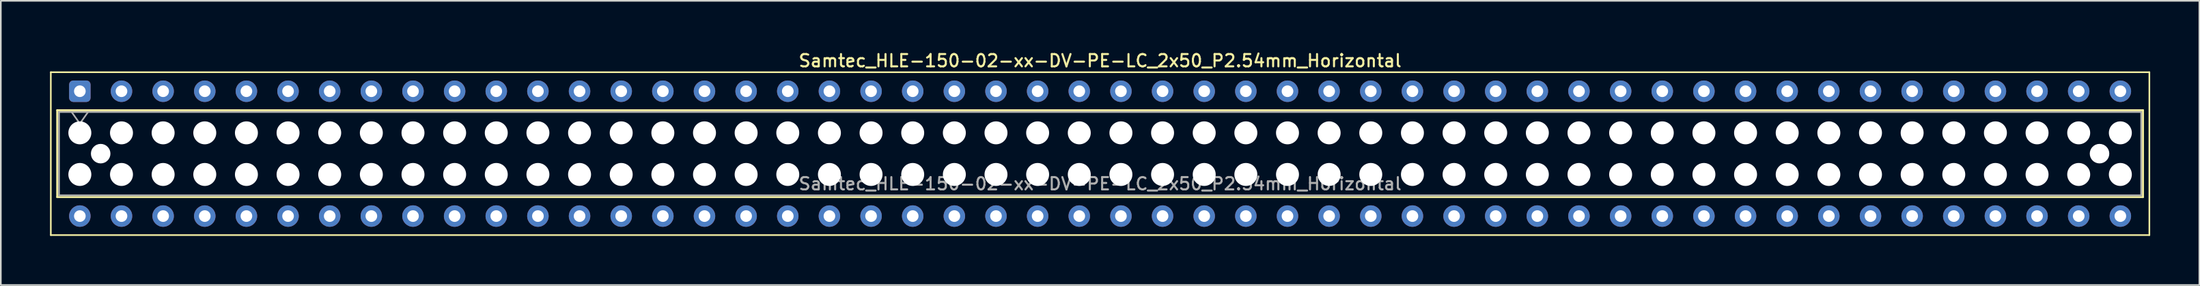
<source format=kicad_pcb>
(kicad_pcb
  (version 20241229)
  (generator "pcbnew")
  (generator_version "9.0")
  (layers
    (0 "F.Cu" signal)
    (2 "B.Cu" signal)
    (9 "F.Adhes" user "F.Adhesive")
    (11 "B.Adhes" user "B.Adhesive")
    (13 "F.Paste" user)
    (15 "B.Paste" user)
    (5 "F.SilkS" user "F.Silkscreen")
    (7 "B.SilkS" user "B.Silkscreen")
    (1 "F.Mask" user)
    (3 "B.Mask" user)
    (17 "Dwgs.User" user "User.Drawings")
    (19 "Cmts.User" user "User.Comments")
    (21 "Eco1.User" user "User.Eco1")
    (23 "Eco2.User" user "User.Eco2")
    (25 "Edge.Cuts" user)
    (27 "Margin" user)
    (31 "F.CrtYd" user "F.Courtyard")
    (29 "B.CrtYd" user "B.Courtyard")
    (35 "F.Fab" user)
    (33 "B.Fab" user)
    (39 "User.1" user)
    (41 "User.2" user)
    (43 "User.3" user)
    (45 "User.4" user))
  (footprint "Samtec_HLE-150-02-xx-DV-PE-LC_2x50_P2.54mm_Horizontal"
    (layer "F.Cu")
    (at 1.82 2.518)
    (property "Reference" "Samtec_HLE-150-02-xx-DV-PE-LC_2x50_P2.54mm_Horizontal" (at 62.23 -1.86 0) (layer "F.SilkS") (effects (font (size 0.75 0.75) (thickness 0.125))))
    (attr through_hole)
    (fp_line (start -1.77 -1.16) (end 126.23 -1.16) (stroke (width 0.1) (type solid)) (layer "F.SilkS"))
    (fp_line (start -1.77 8.78) (end -1.77 -1.16) (stroke (width 0.1) (type solid)) (layer "F.SilkS"))
    (fp_line (start -1.38 1.16) (end 125.84 1.16) (stroke (width 0.12) (type solid)) (layer "F.SilkS"))
    (fp_line (start -1.38 6.46) (end -1.38 1.16) (stroke (width 0.12) (type solid)) (layer "F.SilkS"))
    (fp_line (start 125.84 1.16) (end 125.84 6.46) (stroke (width 0.12) (type solid)) (layer "F.SilkS"))
    (fp_line (start 125.84 6.46) (end -1.38 6.46) (stroke (width 0.12) (type solid)) (layer "F.SilkS"))
    (fp_line (start 126.23 -1.16) (end 126.23 8.78) (stroke (width 0.1) (type solid)) (layer "F.SilkS"))
    (fp_line (start 126.23 8.78) (end -1.77 8.78) (stroke (width 0.1) (type solid)) (layer "F.SilkS"))
    (fp_line (start -1.27 1.27) (end 125.73 1.27) (stroke (width 0.1) (type solid)) (layer "F.Fab"))
    (fp_line (start -1.27 6.35) (end -1.27 1.27) (stroke (width 0.1) (type solid)) (layer "F.Fab"))
    (fp_line (start -0.5 1.27) (end 0 1.977) (stroke (width 0.1) (type solid)) (layer "F.Fab"))
    (fp_line (start 0 1.977) (end 0.5 1.27) (stroke (width 0.1) (type solid)) (layer "F.Fab"))
    (fp_line (start 125.73 1.27) (end 125.73 6.35) (stroke (width 0.1) (type solid)) (layer "F.Fab"))
    (fp_line (start 125.73 6.35) (end -1.27 6.35) (stroke (width 0.1) (type solid)) (layer "F.Fab"))
    (fp_text user "${REFERENCE}" (at 62.23 5.65 0) (layer "F.Fab") (effects (font (size 0.75 0.75) (thickness 0.125))))
    (pad "" np_thru_hole circle (at 0 2.54) (size 1.4 1.4) (drill 1.4) (layers "*.Cu" "*.Mask"))
    (pad "" np_thru_hole circle (at 0 5.08) (size 1.4 1.4) (drill 1.4) (layers "*.Cu" "*.Mask"))
    (pad "" np_thru_hole circle (at 1.27 3.81) (size 1.19 1.19) (drill 1.19) (layers "*.Cu" "*.Mask"))
    (pad "" np_thru_hole circle (at 2.54 2.54) (size 1.4 1.4) (drill 1.4) (layers "*.Cu" "*.Mask"))
    (pad "" np_thru_hole circle (at 2.54 5.08) (size 1.4 1.4) (drill 1.4) (layers "*.Cu" "*.Mask"))
    (pad "" np_thru_hole circle (at 5.08 2.54) (size 1.4 1.4) (drill 1.4) (layers "*.Cu" "*.Mask"))
    (pad "" np_thru_hole circle (at 5.08 5.08) (size 1.4 1.4) (drill 1.4) (layers "*.Cu" "*.Mask"))
    (pad "" np_thru_hole circle (at 7.62 2.54) (size 1.4 1.4) (drill 1.4) (layers "*.Cu" "*.Mask"))
    (pad "" np_thru_hole circle (at 7.62 5.08) (size 1.4 1.4) (drill 1.4) (layers "*.Cu" "*.Mask"))
    (pad "" np_thru_hole circle (at 10.16 2.54) (size 1.4 1.4) (drill 1.4) (layers "*.Cu" "*.Mask"))
    (pad "" np_thru_hole circle (at 10.16 5.08) (size 1.4 1.4) (drill 1.4) (layers "*.Cu" "*.Mask"))
    (pad "" np_thru_hole circle (at 12.7 2.54) (size 1.4 1.4) (drill 1.4) (layers "*.Cu" "*.Mask"))
    (pad "" np_thru_hole circle (at 12.7 5.08) (size 1.4 1.4) (drill 1.4) (layers "*.Cu" "*.Mask"))
    (pad "" np_thru_hole circle (at 15.24 2.54) (size 1.4 1.4) (drill 1.4) (layers "*.Cu" "*.Mask"))
    (pad "" np_thru_hole circle (at 15.24 5.08) (size 1.4 1.4) (drill 1.4) (layers "*.Cu" "*.Mask"))
    (pad "" np_thru_hole circle (at 17.78 2.54) (size 1.4 1.4) (drill 1.4) (layers "*.Cu" "*.Mask"))
    (pad "" np_thru_hole circle (at 17.78 5.08) (size 1.4 1.4) (drill 1.4) (layers "*.Cu" "*.Mask"))
    (pad "" np_thru_hole circle (at 20.32 2.54) (size 1.4 1.4) (drill 1.4) (layers "*.Cu" "*.Mask"))
    (pad "" np_thru_hole circle (at 20.32 5.08) (size 1.4 1.4) (drill 1.4) (layers "*.Cu" "*.Mask"))
    (pad "" np_thru_hole circle (at 22.86 2.54) (size 1.4 1.4) (drill 1.4) (layers "*.Cu" "*.Mask"))
    (pad "" np_thru_hole circle (at 22.86 5.08) (size 1.4 1.4) (drill 1.4) (layers "*.Cu" "*.Mask"))
    (pad "" np_thru_hole circle (at 25.4 2.54) (size 1.4 1.4) (drill 1.4) (layers "*.Cu" "*.Mask"))
    (pad "" np_thru_hole circle (at 25.4 5.08) (size 1.4 1.4) (drill 1.4) (layers "*.Cu" "*.Mask"))
    (pad "" np_thru_hole circle (at 27.94 2.54) (size 1.4 1.4) (drill 1.4) (layers "*.Cu" "*.Mask"))
    (pad "" np_thru_hole circle (at 27.94 5.08) (size 1.4 1.4) (drill 1.4) (layers "*.Cu" "*.Mask"))
    (pad "" np_thru_hole circle (at 30.48 2.54) (size 1.4 1.4) (drill 1.4) (layers "*.Cu" "*.Mask"))
    (pad "" np_thru_hole circle (at 30.48 5.08) (size 1.4 1.4) (drill 1.4) (layers "*.Cu" "*.Mask"))
    (pad "" np_thru_hole circle (at 33.02 2.54) (size 1.4 1.4) (drill 1.4) (layers "*.Cu" "*.Mask"))
    (pad "" np_thru_hole circle (at 33.02 5.08) (size 1.4 1.4) (drill 1.4) (layers "*.Cu" "*.Mask"))
    (pad "" np_thru_hole circle (at 35.56 2.54) (size 1.4 1.4) (drill 1.4) (layers "*.Cu" "*.Mask"))
    (pad "" np_thru_hole circle (at 35.56 5.08) (size 1.4 1.4) (drill 1.4) (layers "*.Cu" "*.Mask"))
    (pad "" np_thru_hole circle (at 38.1 2.54) (size 1.4 1.4) (drill 1.4) (layers "*.Cu" "*.Mask"))
    (pad "" np_thru_hole circle (at 38.1 5.08) (size 1.4 1.4) (drill 1.4) (layers "*.Cu" "*.Mask"))
    (pad "" np_thru_hole circle (at 40.64 2.54) (size 1.4 1.4) (drill 1.4) (layers "*.Cu" "*.Mask"))
    (pad "" np_thru_hole circle (at 40.64 5.08) (size 1.4 1.4) (drill 1.4) (layers "*.Cu" "*.Mask"))
    (pad "" np_thru_hole circle (at 43.18 2.54) (size 1.4 1.4) (drill 1.4) (layers "*.Cu" "*.Mask"))
    (pad "" np_thru_hole circle (at 43.18 5.08) (size 1.4 1.4) (drill 1.4) (layers "*.Cu" "*.Mask"))
    (pad "" np_thru_hole circle (at 45.72 2.54) (size 1.4 1.4) (drill 1.4) (layers "*.Cu" "*.Mask"))
    (pad "" np_thru_hole circle (at 45.72 5.08) (size 1.4 1.4) (drill 1.4) (layers "*.Cu" "*.Mask"))
    (pad "" np_thru_hole circle (at 48.26 2.54) (size 1.4 1.4) (drill 1.4) (layers "*.Cu" "*.Mask"))
    (pad "" np_thru_hole circle (at 48.26 5.08) (size 1.4 1.4) (drill 1.4) (layers "*.Cu" "*.Mask"))
    (pad "" np_thru_hole circle (at 50.8 2.54) (size 1.4 1.4) (drill 1.4) (layers "*.Cu" "*.Mask"))
    (pad "" np_thru_hole circle (at 50.8 5.08) (size 1.4 1.4) (drill 1.4) (layers "*.Cu" "*.Mask"))
    (pad "" np_thru_hole circle (at 53.34 2.54) (size 1.4 1.4) (drill 1.4) (layers "*.Cu" "*.Mask"))
    (pad "" np_thru_hole circle (at 53.34 5.08) (size 1.4 1.4) (drill 1.4) (layers "*.Cu" "*.Mask"))
    (pad "" np_thru_hole circle (at 55.88 2.54) (size 1.4 1.4) (drill 1.4) (layers "*.Cu" "*.Mask"))
    (pad "" np_thru_hole circle (at 55.88 5.08) (size 1.4 1.4) (drill 1.4) (layers "*.Cu" "*.Mask"))
    (pad "" np_thru_hole circle (at 58.42 2.54) (size 1.4 1.4) (drill 1.4) (layers "*.Cu" "*.Mask"))
    (pad "" np_thru_hole circle (at 58.42 5.08) (size 1.4 1.4) (drill 1.4) (layers "*.Cu" "*.Mask"))
    (pad "" np_thru_hole circle (at 60.96 2.54) (size 1.4 1.4) (drill 1.4) (layers "*.Cu" "*.Mask"))
    (pad "" np_thru_hole circle (at 60.96 5.08) (size 1.4 1.4) (drill 1.4) (layers "*.Cu" "*.Mask"))
    (pad "" np_thru_hole circle (at 63.5 2.54) (size 1.4 1.4) (drill 1.4) (layers "*.Cu" "*.Mask"))
    (pad "" np_thru_hole circle (at 63.5 5.08) (size 1.4 1.4) (drill 1.4) (layers "*.Cu" "*.Mask"))
    (pad "" np_thru_hole circle (at 66.04 2.54) (size 1.4 1.4) (drill 1.4) (layers "*.Cu" "*.Mask"))
    (pad "" np_thru_hole circle (at 66.04 5.08) (size 1.4 1.4) (drill 1.4) (layers "*.Cu" "*.Mask"))
    (pad "" np_thru_hole circle (at 68.58 2.54) (size 1.4 1.4) (drill 1.4) (layers "*.Cu" "*.Mask"))
    (pad "" np_thru_hole circle (at 68.58 5.08) (size 1.4 1.4) (drill 1.4) (layers "*.Cu" "*.Mask"))
    (pad "" np_thru_hole circle (at 71.12 2.54) (size 1.4 1.4) (drill 1.4) (layers "*.Cu" "*.Mask"))
    (pad "" np_thru_hole circle (at 71.12 5.08) (size 1.4 1.4) (drill 1.4) (layers "*.Cu" "*.Mask"))
    (pad "" np_thru_hole circle (at 73.66 2.54) (size 1.4 1.4) (drill 1.4) (layers "*.Cu" "*.Mask"))
    (pad "" np_thru_hole circle (at 73.66 5.08) (size 1.4 1.4) (drill 1.4) (layers "*.Cu" "*.Mask"))
    (pad "" np_thru_hole circle (at 76.2 2.54) (size 1.4 1.4) (drill 1.4) (layers "*.Cu" "*.Mask"))
    (pad "" np_thru_hole circle (at 76.2 5.08) (size 1.4 1.4) (drill 1.4) (layers "*.Cu" "*.Mask"))
    (pad "" np_thru_hole circle (at 78.74 2.54) (size 1.4 1.4) (drill 1.4) (layers "*.Cu" "*.Mask"))
    (pad "" np_thru_hole circle (at 78.74 5.08) (size 1.4 1.4) (drill 1.4) (layers "*.Cu" "*.Mask"))
    (pad "" np_thru_hole circle (at 81.28 2.54) (size 1.4 1.4) (drill 1.4) (layers "*.Cu" "*.Mask"))
    (pad "" np_thru_hole circle (at 81.28 5.08) (size 1.4 1.4) (drill 1.4) (layers "*.Cu" "*.Mask"))
    (pad "" np_thru_hole circle (at 83.82 2.54) (size 1.4 1.4) (drill 1.4) (layers "*.Cu" "*.Mask"))
    (pad "" np_thru_hole circle (at 83.82 5.08) (size 1.4 1.4) (drill 1.4) (layers "*.Cu" "*.Mask"))
    (pad "" np_thru_hole circle (at 86.36 2.54) (size 1.4 1.4) (drill 1.4) (layers "*.Cu" "*.Mask"))
    (pad "" np_thru_hole circle (at 86.36 5.08) (size 1.4 1.4) (drill 1.4) (layers "*.Cu" "*.Mask"))
    (pad "" np_thru_hole circle (at 88.9 2.54) (size 1.4 1.4) (drill 1.4) (layers "*.Cu" "*.Mask"))
    (pad "" np_thru_hole circle (at 88.9 5.08) (size 1.4 1.4) (drill 1.4) (layers "*.Cu" "*.Mask"))
    (pad "" np_thru_hole circle (at 91.44 2.54) (size 1.4 1.4) (drill 1.4) (layers "*.Cu" "*.Mask"))
    (pad "" np_thru_hole circle (at 91.44 5.08) (size 1.4 1.4) (drill 1.4) (layers "*.Cu" "*.Mask"))
    (pad "" np_thru_hole circle (at 93.98 2.54) (size 1.4 1.4) (drill 1.4) (layers "*.Cu" "*.Mask"))
    (pad "" np_thru_hole circle (at 93.98 5.08) (size 1.4 1.4) (drill 1.4) (layers "*.Cu" "*.Mask"))
    (pad "" np_thru_hole circle (at 96.52 2.54) (size 1.4 1.4) (drill 1.4) (layers "*.Cu" "*.Mask"))
    (pad "" np_thru_hole circle (at 96.52 5.08) (size 1.4 1.4) (drill 1.4) (layers "*.Cu" "*.Mask"))
    (pad "" np_thru_hole circle (at 99.06 2.54) (size 1.4 1.4) (drill 1.4) (layers "*.Cu" "*.Mask"))
    (pad "" np_thru_hole circle (at 99.06 5.08) (size 1.4 1.4) (drill 1.4) (layers "*.Cu" "*.Mask"))
    (pad "" np_thru_hole circle (at 101.6 2.54) (size 1.4 1.4) (drill 1.4) (layers "*.Cu" "*.Mask"))
    (pad "" np_thru_hole circle (at 101.6 5.08) (size 1.4 1.4) (drill 1.4) (layers "*.Cu" "*.Mask"))
    (pad "" np_thru_hole circle (at 104.14 2.54) (size 1.4 1.4) (drill 1.4) (layers "*.Cu" "*.Mask"))
    (pad "" np_thru_hole circle (at 104.14 5.08) (size 1.4 1.4) (drill 1.4) (layers "*.Cu" "*.Mask"))
    (pad "" np_thru_hole circle (at 106.68 2.54) (size 1.4 1.4) (drill 1.4) (layers "*.Cu" "*.Mask"))
    (pad "" np_thru_hole circle (at 106.68 5.08) (size 1.4 1.4) (drill 1.4) (layers "*.Cu" "*.Mask"))
    (pad "" np_thru_hole circle (at 109.22 2.54) (size 1.4 1.4) (drill 1.4) (layers "*.Cu" "*.Mask"))
    (pad "" np_thru_hole circle (at 109.22 5.08) (size 1.4 1.4) (drill 1.4) (layers "*.Cu" "*.Mask"))
    (pad "" np_thru_hole circle (at 111.76 2.54) (size 1.4 1.4) (drill 1.4) (layers "*.Cu" "*.Mask"))
    (pad "" np_thru_hole circle (at 111.76 5.08) (size 1.4 1.4) (drill 1.4) (layers "*.Cu" "*.Mask"))
    (pad "" np_thru_hole circle (at 114.3 2.54) (size 1.4 1.4) (drill 1.4) (layers "*.Cu" "*.Mask"))
    (pad "" np_thru_hole circle (at 114.3 5.08) (size 1.4 1.4) (drill 1.4) (layers "*.Cu" "*.Mask"))
    (pad "" np_thru_hole circle (at 116.84 2.54) (size 1.4 1.4) (drill 1.4) (layers "*.Cu" "*.Mask"))
    (pad "" np_thru_hole circle (at 116.84 5.08) (size 1.4 1.4) (drill 1.4) (layers "*.Cu" "*.Mask"))
    (pad "" np_thru_hole circle (at 119.38 2.54) (size 1.4 1.4) (drill 1.4) (layers "*.Cu" "*.Mask"))
    (pad "" np_thru_hole circle (at 119.38 5.08) (size 1.4 1.4) (drill 1.4) (layers "*.Cu" "*.Mask"))
    (pad "" np_thru_hole circle (at 121.92 2.54) (size 1.4 1.4) (drill 1.4) (layers "*.Cu" "*.Mask"))
    (pad "" np_thru_hole circle (at 121.92 5.08) (size 1.4 1.4) (drill 1.4) (layers "*.Cu" "*.Mask"))
    (pad "" np_thru_hole circle (at 123.19 3.81) (size 1.19 1.19) (drill 1.19) (layers "*.Cu" "*.Mask"))
    (pad "" np_thru_hole circle (at 124.46 2.54) (size 1.4 1.4) (drill 1.4) (layers "*.Cu" "*.Mask"))
    (pad "" np_thru_hole circle (at 124.46 5.08) (size 1.4 1.4) (drill 1.4) (layers "*.Cu" "*.Mask"))
    (pad "1" thru_hole roundrect (at 0 0) (size 1.31 1.31) (drill 0.71) (layers "*.Cu" "*.Mask") (roundrect_rratio 0.191))
    (pad "2" thru_hole circle (at 0 7.62) (size 1.31 1.31) (drill 0.71) (layers "*.Cu" "*.Mask"))
    (pad "3" thru_hole circle (at 2.54 0) (size 1.31 1.31) (drill 0.71) (layers "*.Cu" "*.Mask"))
    (pad "4" thru_hole circle (at 2.54 7.62) (size 1.31 1.31) (drill 0.71) (layers "*.Cu" "*.Mask"))
    (pad "5" thru_hole circle (at 5.08 0) (size 1.31 1.31) (drill 0.71) (layers "*.Cu" "*.Mask"))
    (pad "6" thru_hole circle (at 5.08 7.62) (size 1.31 1.31) (drill 0.71) (layers "*.Cu" "*.Mask"))
    (pad "7" thru_hole circle (at 7.62 0) (size 1.31 1.31) (drill 0.71) (layers "*.Cu" "*.Mask"))
    (pad "8" thru_hole circle (at 7.62 7.62) (size 1.31 1.31) (drill 0.71) (layers "*.Cu" "*.Mask"))
    (pad "9" thru_hole circle (at 10.16 0) (size 1.31 1.31) (drill 0.71) (layers "*.Cu" "*.Mask"))
    (pad "10" thru_hole circle (at 10.16 7.62) (size 1.31 1.31) (drill 0.71) (layers "*.Cu" "*.Mask"))
    (pad "11" thru_hole circle (at 12.7 0) (size 1.31 1.31) (drill 0.71) (layers "*.Cu" "*.Mask"))
    (pad "12" thru_hole circle (at 12.7 7.62) (size 1.31 1.31) (drill 0.71) (layers "*.Cu" "*.Mask"))
    (pad "13" thru_hole circle (at 15.24 0) (size 1.31 1.31) (drill 0.71) (layers "*.Cu" "*.Mask"))
    (pad "14" thru_hole circle (at 15.24 7.62) (size 1.31 1.31) (drill 0.71) (layers "*.Cu" "*.Mask"))
    (pad "15" thru_hole circle (at 17.78 0) (size 1.31 1.31) (drill 0.71) (layers "*.Cu" "*.Mask"))
    (pad "16" thru_hole circle (at 17.78 7.62) (size 1.31 1.31) (drill 0.71) (layers "*.Cu" "*.Mask"))
    (pad "17" thru_hole circle (at 20.32 0) (size 1.31 1.31) (drill 0.71) (layers "*.Cu" "*.Mask"))
    (pad "18" thru_hole circle (at 20.32 7.62) (size 1.31 1.31) (drill 0.71) (layers "*.Cu" "*.Mask"))
    (pad "19" thru_hole circle (at 22.86 0) (size 1.31 1.31) (drill 0.71) (layers "*.Cu" "*.Mask"))
    (pad "20" thru_hole circle (at 22.86 7.62) (size 1.31 1.31) (drill 0.71) (layers "*.Cu" "*.Mask"))
    (pad "21" thru_hole circle (at 25.4 0) (size 1.31 1.31) (drill 0.71) (layers "*.Cu" "*.Mask"))
    (pad "22" thru_hole circle (at 25.4 7.62) (size 1.31 1.31) (drill 0.71) (layers "*.Cu" "*.Mask"))
    (pad "23" thru_hole circle (at 27.94 0) (size 1.31 1.31) (drill 0.71) (layers "*.Cu" "*.Mask"))
    (pad "24" thru_hole circle (at 27.94 7.62) (size 1.31 1.31) (drill 0.71) (layers "*.Cu" "*.Mask"))
    (pad "25" thru_hole circle (at 30.48 0) (size 1.31 1.31) (drill 0.71) (layers "*.Cu" "*.Mask"))
    (pad "26" thru_hole circle (at 30.48 7.62) (size 1.31 1.31) (drill 0.71) (layers "*.Cu" "*.Mask"))
    (pad "27" thru_hole circle (at 33.02 0) (size 1.31 1.31) (drill 0.71) (layers "*.Cu" "*.Mask"))
    (pad "28" thru_hole circle (at 33.02 7.62) (size 1.31 1.31) (drill 0.71) (layers "*.Cu" "*.Mask"))
    (pad "29" thru_hole circle (at 35.56 0) (size 1.31 1.31) (drill 0.71) (layers "*.Cu" "*.Mask"))
    (pad "30" thru_hole circle (at 35.56 7.62) (size 1.31 1.31) (drill 0.71) (layers "*.Cu" "*.Mask"))
    (pad "31" thru_hole circle (at 38.1 0) (size 1.31 1.31) (drill 0.71) (layers "*.Cu" "*.Mask"))
    (pad "32" thru_hole circle (at 38.1 7.62) (size 1.31 1.31) (drill 0.71) (layers "*.Cu" "*.Mask"))
    (pad "33" thru_hole circle (at 40.64 0) (size 1.31 1.31) (drill 0.71) (layers "*.Cu" "*.Mask"))
    (pad "34" thru_hole circle (at 40.64 7.62) (size 1.31 1.31) (drill 0.71) (layers "*.Cu" "*.Mask"))
    (pad "35" thru_hole circle (at 43.18 0) (size 1.31 1.31) (drill 0.71) (layers "*.Cu" "*.Mask"))
    (pad "36" thru_hole circle (at 43.18 7.62) (size 1.31 1.31) (drill 0.71) (layers "*.Cu" "*.Mask"))
    (pad "37" thru_hole circle (at 45.72 0) (size 1.31 1.31) (drill 0.71) (layers "*.Cu" "*.Mask"))
    (pad "38" thru_hole circle (at 45.72 7.62) (size 1.31 1.31) (drill 0.71) (layers "*.Cu" "*.Mask"))
    (pad "39" thru_hole circle (at 48.26 0) (size 1.31 1.31) (drill 0.71) (layers "*.Cu" "*.Mask"))
    (pad "40" thru_hole circle (at 48.26 7.62) (size 1.31 1.31) (drill 0.71) (layers "*.Cu" "*.Mask"))
    (pad "41" thru_hole circle (at 50.8 0) (size 1.31 1.31) (drill 0.71) (layers "*.Cu" "*.Mask"))
    (pad "42" thru_hole circle (at 50.8 7.62) (size 1.31 1.31) (drill 0.71) (layers "*.Cu" "*.Mask"))
    (pad "43" thru_hole circle (at 53.34 0) (size 1.31 1.31) (drill 0.71) (layers "*.Cu" "*.Mask"))
    (pad "44" thru_hole circle (at 53.34 7.62) (size 1.31 1.31) (drill 0.71) (layers "*.Cu" "*.Mask"))
    (pad "45" thru_hole circle (at 55.88 0) (size 1.31 1.31) (drill 0.71) (layers "*.Cu" "*.Mask"))
    (pad "46" thru_hole circle (at 55.88 7.62) (size 1.31 1.31) (drill 0.71) (layers "*.Cu" "*.Mask"))
    (pad "47" thru_hole circle (at 58.42 0) (size 1.31 1.31) (drill 0.71) (layers "*.Cu" "*.Mask"))
    (pad "48" thru_hole circle (at 58.42 7.62) (size 1.31 1.31) (drill 0.71) (layers "*.Cu" "*.Mask"))
    (pad "49" thru_hole circle (at 60.96 0) (size 1.31 1.31) (drill 0.71) (layers "*.Cu" "*.Mask"))
    (pad "50" thru_hole circle (at 60.96 7.62) (size 1.31 1.31) (drill 0.71) (layers "*.Cu" "*.Mask"))
    (pad "51" thru_hole circle (at 63.5 0) (size 1.31 1.31) (drill 0.71) (layers "*.Cu" "*.Mask"))
    (pad "52" thru_hole circle (at 63.5 7.62) (size 1.31 1.31) (drill 0.71) (layers "*.Cu" "*.Mask"))
    (pad "53" thru_hole circle (at 66.04 0) (size 1.31 1.31) (drill 0.71) (layers "*.Cu" "*.Mask"))
    (pad "54" thru_hole circle (at 66.04 7.62) (size 1.31 1.31) (drill 0.71) (layers "*.Cu" "*.Mask"))
    (pad "55" thru_hole circle (at 68.58 0) (size 1.31 1.31) (drill 0.71) (layers "*.Cu" "*.Mask"))
    (pad "56" thru_hole circle (at 68.58 7.62) (size 1.31 1.31) (drill 0.71) (layers "*.Cu" "*.Mask"))
    (pad "57" thru_hole circle (at 71.12 0) (size 1.31 1.31) (drill 0.71) (layers "*.Cu" "*.Mask"))
    (pad "58" thru_hole circle (at 71.12 7.62) (size 1.31 1.31) (drill 0.71) (layers "*.Cu" "*.Mask"))
    (pad "59" thru_hole circle (at 73.66 0) (size 1.31 1.31) (drill 0.71) (layers "*.Cu" "*.Mask"))
    (pad "60" thru_hole circle (at 73.66 7.62) (size 1.31 1.31) (drill 0.71) (layers "*.Cu" "*.Mask"))
    (pad "61" thru_hole circle (at 76.2 0) (size 1.31 1.31) (drill 0.71) (layers "*.Cu" "*.Mask"))
    (pad "62" thru_hole circle (at 76.2 7.62) (size 1.31 1.31) (drill 0.71) (layers "*.Cu" "*.Mask"))
    (pad "63" thru_hole circle (at 78.74 0) (size 1.31 1.31) (drill 0.71) (layers "*.Cu" "*.Mask"))
    (pad "64" thru_hole circle (at 78.74 7.62) (size 1.31 1.31) (drill 0.71) (layers "*.Cu" "*.Mask"))
    (pad "65" thru_hole circle (at 81.28 0) (size 1.31 1.31) (drill 0.71) (layers "*.Cu" "*.Mask"))
    (pad "66" thru_hole circle (at 81.28 7.62) (size 1.31 1.31) (drill 0.71) (layers "*.Cu" "*.Mask"))
    (pad "67" thru_hole circle (at 83.82 0) (size 1.31 1.31) (drill 0.71) (layers "*.Cu" "*.Mask"))
    (pad "68" thru_hole circle (at 83.82 7.62) (size 1.31 1.31) (drill 0.71) (layers "*.Cu" "*.Mask"))
    (pad "69" thru_hole circle (at 86.36 0) (size 1.31 1.31) (drill 0.71) (layers "*.Cu" "*.Mask"))
    (pad "70" thru_hole circle (at 86.36 7.62) (size 1.31 1.31) (drill 0.71) (layers "*.Cu" "*.Mask"))
    (pad "71" thru_hole circle (at 88.9 0) (size 1.31 1.31) (drill 0.71) (layers "*.Cu" "*.Mask"))
    (pad "72" thru_hole circle (at 88.9 7.62) (size 1.31 1.31) (drill 0.71) (layers "*.Cu" "*.Mask"))
    (pad "73" thru_hole circle (at 91.44 0) (size 1.31 1.31) (drill 0.71) (layers "*.Cu" "*.Mask"))
    (pad "74" thru_hole circle (at 91.44 7.62) (size 1.31 1.31) (drill 0.71) (layers "*.Cu" "*.Mask"))
    (pad "75" thru_hole circle (at 93.98 0) (size 1.31 1.31) (drill 0.71) (layers "*.Cu" "*.Mask"))
    (pad "76" thru_hole circle (at 93.98 7.62) (size 1.31 1.31) (drill 0.71) (layers "*.Cu" "*.Mask"))
    (pad "77" thru_hole circle (at 96.52 0) (size 1.31 1.31) (drill 0.71) (layers "*.Cu" "*.Mask"))
    (pad "78" thru_hole circle (at 96.52 7.62) (size 1.31 1.31) (drill 0.71) (layers "*.Cu" "*.Mask"))
    (pad "79" thru_hole circle (at 99.06 0) (size 1.31 1.31) (drill 0.71) (layers "*.Cu" "*.Mask"))
    (pad "80" thru_hole circle (at 99.06 7.62) (size 1.31 1.31) (drill 0.71) (layers "*.Cu" "*.Mask"))
    (pad "81" thru_hole circle (at 101.6 0) (size 1.31 1.31) (drill 0.71) (layers "*.Cu" "*.Mask"))
    (pad "82" thru_hole circle (at 101.6 7.62) (size 1.31 1.31) (drill 0.71) (layers "*.Cu" "*.Mask"))
    (pad "83" thru_hole circle (at 104.14 0) (size 1.31 1.31) (drill 0.71) (layers "*.Cu" "*.Mask"))
    (pad "84" thru_hole circle (at 104.14 7.62) (size 1.31 1.31) (drill 0.71) (layers "*.Cu" "*.Mask"))
    (pad "85" thru_hole circle (at 106.68 0) (size 1.31 1.31) (drill 0.71) (layers "*.Cu" "*.Mask"))
    (pad "86" thru_hole circle (at 106.68 7.62) (size 1.31 1.31) (drill 0.71) (layers "*.Cu" "*.Mask"))
    (pad "87" thru_hole circle (at 109.22 0) (size 1.31 1.31) (drill 0.71) (layers "*.Cu" "*.Mask"))
    (pad "88" thru_hole circle (at 109.22 7.62) (size 1.31 1.31) (drill 0.71) (layers "*.Cu" "*.Mask"))
    (pad "89" thru_hole circle (at 111.76 0) (size 1.31 1.31) (drill 0.71) (layers "*.Cu" "*.Mask"))
    (pad "90" thru_hole circle (at 111.76 7.62) (size 1.31 1.31) (drill 0.71) (layers "*.Cu" "*.Mask"))
    (pad "91" thru_hole circle (at 114.3 0) (size 1.31 1.31) (drill 0.71) (layers "*.Cu" "*.Mask"))
    (pad "92" thru_hole circle (at 114.3 7.62) (size 1.31 1.31) (drill 0.71) (layers "*.Cu" "*.Mask"))
    (pad "93" thru_hole circle (at 116.84 0) (size 1.31 1.31) (drill 0.71) (layers "*.Cu" "*.Mask"))
    (pad "94" thru_hole circle (at 116.84 7.62) (size 1.31 1.31) (drill 0.71) (layers "*.Cu" "*.Mask"))
    (pad "95" thru_hole circle (at 119.38 0) (size 1.31 1.31) (drill 0.71) (layers "*.Cu" "*.Mask"))
    (pad "96" thru_hole circle (at 119.38 7.62) (size 1.31 1.31) (drill 0.71) (layers "*.Cu" "*.Mask"))
    (pad "97" thru_hole circle (at 121.92 0) (size 1.31 1.31) (drill 0.71) (layers "*.Cu" "*.Mask"))
    (pad "98" thru_hole circle (at 121.92 7.62) (size 1.31 1.31) (drill 0.71) (layers "*.Cu" "*.Mask"))
    (pad "99" thru_hole circle (at 124.46 0) (size 1.31 1.31) (drill 0.71) (layers "*.Cu" "*.Mask"))
    (pad "100" thru_hole circle (at 124.46 7.62) (size 1.31 1.31) (drill 0.71) (layers "*.Cu" "*.Mask")))
  (gr_rect
    (start -3 -3)
    (end 131.1 14.348)
    (stroke (width 0.1) (type default))
    (fill no)
    (layer "Edge.Cuts")))
</source>
